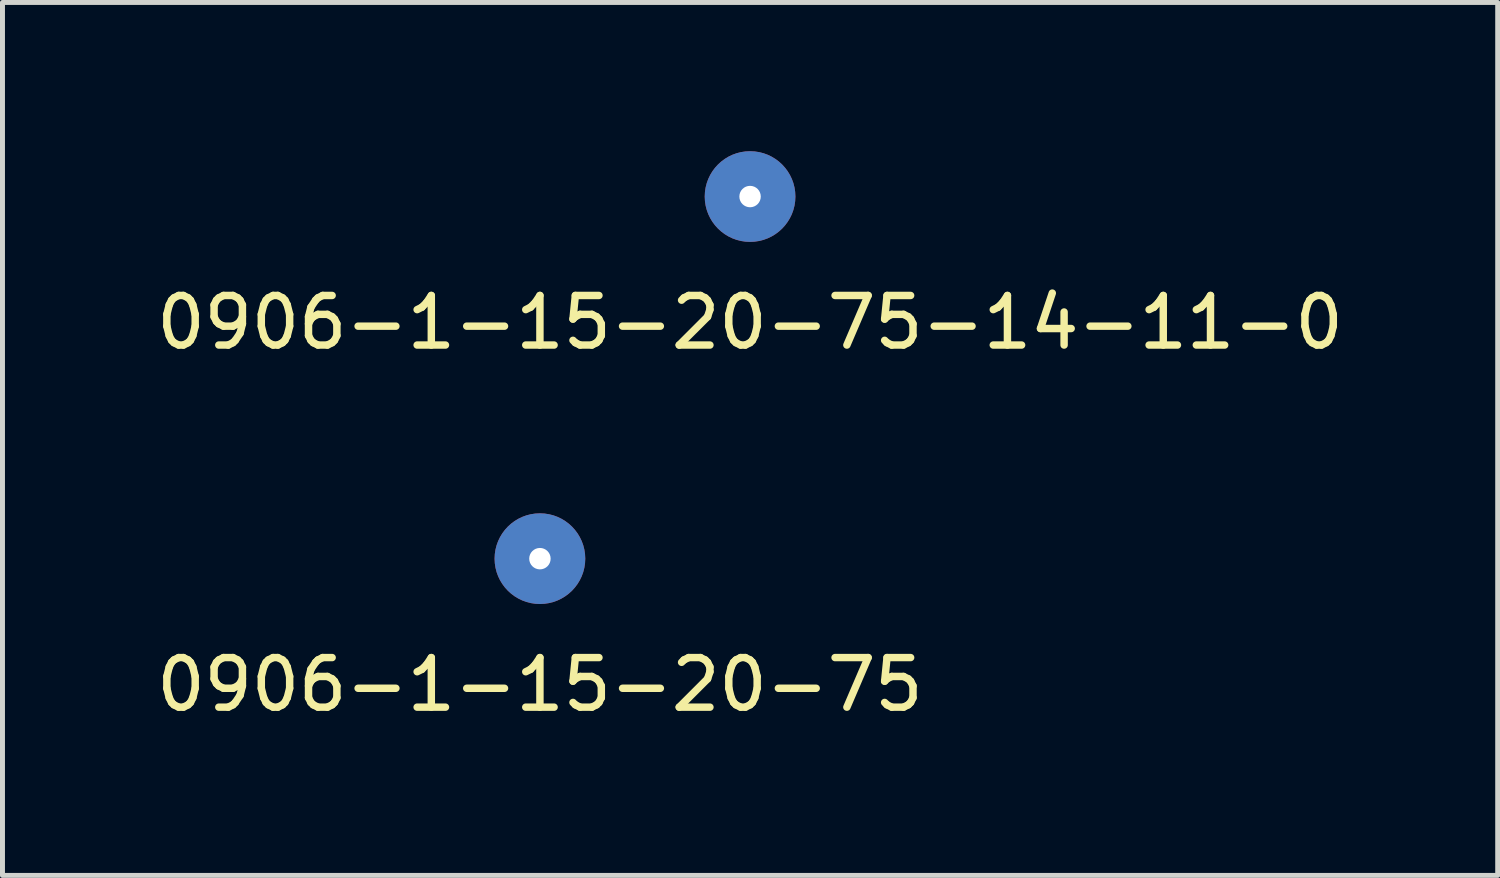
<source format=kicad_pcb>
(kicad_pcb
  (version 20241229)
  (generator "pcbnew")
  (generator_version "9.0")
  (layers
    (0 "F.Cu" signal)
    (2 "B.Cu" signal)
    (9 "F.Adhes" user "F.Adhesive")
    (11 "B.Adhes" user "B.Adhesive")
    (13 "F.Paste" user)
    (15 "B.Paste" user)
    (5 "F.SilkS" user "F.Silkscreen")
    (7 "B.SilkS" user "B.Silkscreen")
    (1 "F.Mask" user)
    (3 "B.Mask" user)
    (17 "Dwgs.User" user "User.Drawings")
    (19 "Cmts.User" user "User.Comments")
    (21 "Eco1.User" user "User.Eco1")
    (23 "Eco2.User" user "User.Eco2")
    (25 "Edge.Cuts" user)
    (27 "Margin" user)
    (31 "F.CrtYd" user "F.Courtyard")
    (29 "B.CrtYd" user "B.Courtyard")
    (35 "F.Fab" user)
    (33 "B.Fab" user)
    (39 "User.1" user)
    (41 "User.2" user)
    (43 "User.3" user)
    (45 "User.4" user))
  (footprint "0906-1-15-20-75"
    (layer "F.Cu")
    (at 7.839 8.217)
    (property "Reference" "0906-1-15-20-75" (at 0 2.54 0) (layer "F.SilkS") (effects (font (size 1 1) (thickness 0.15))))
    (attr through_hole)
    (pad "1" thru_hole circle (at 0 0) (size 1.829 1.829) (drill 0.432) (layers "*.Cu" "*.Mask")))
  (footprint "0906-1-15-20-75-14-11-0"
    (layer "F.Cu")
    (at 12.077 0.914)
    (property "Reference" "0906-1-15-20-75-14-11-0" (at 0 2.54 0) (layer "F.SilkS") (effects (font (size 1 1) (thickness 0.15))))
    (attr through_hole)
    (pad "1" thru_hole circle (at 0 0) (size 1.829 1.829) (drill 0.432) (layers "*.Cu" "*.Mask")))
  (gr_rect
    (start -3 -3)
    (end 27.155 14.605)
    (stroke (width 0.1) (type default))
    (fill no)
    (layer "Edge.Cuts")))
</source>
